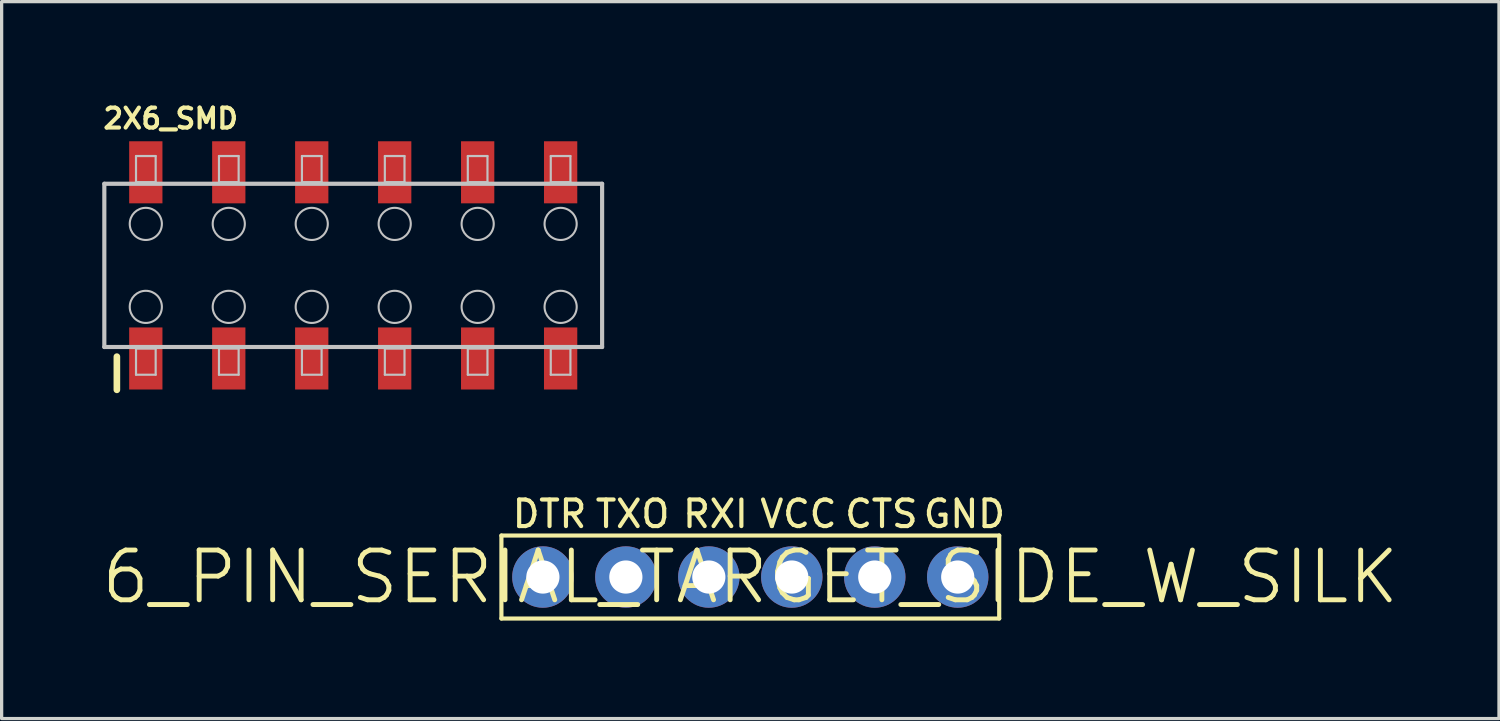
<source format=kicad_pcb>
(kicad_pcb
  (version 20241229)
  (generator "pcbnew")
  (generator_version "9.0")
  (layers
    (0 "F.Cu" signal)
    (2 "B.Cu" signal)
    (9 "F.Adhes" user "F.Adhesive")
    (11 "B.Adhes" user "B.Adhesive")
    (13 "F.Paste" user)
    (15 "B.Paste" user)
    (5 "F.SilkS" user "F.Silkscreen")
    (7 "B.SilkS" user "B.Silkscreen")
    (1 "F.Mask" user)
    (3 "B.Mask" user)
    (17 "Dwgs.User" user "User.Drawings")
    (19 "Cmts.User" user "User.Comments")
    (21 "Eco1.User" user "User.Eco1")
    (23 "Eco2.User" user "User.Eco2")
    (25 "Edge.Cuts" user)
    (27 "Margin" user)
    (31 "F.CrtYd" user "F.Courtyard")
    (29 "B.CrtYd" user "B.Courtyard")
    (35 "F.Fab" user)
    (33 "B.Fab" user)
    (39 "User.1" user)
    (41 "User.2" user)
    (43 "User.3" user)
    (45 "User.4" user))
  (footprint "6_PIN_SERIAL_TARGET_SIDE_W_SILK"
    (layer "F.Cu")
    (at 19.921 14.616)
    (property "Reference" "6_PIN_SERIAL_TARGET_SIDE_W_SILK" (at 0 0 0) (layer "F.SilkS") (effects (font (size 1.524 1.524) (thickness 0.15))))
    (attr exclude_from_pos_files exclude_from_bom)
    (fp_line (start -7.62 -1.27) (end 7.62 -1.27) (stroke (width 0.127) (type solid)) (layer "F.SilkS"))
    (fp_line (start -7.62 1.27) (end -7.62 -1.27) (stroke (width 0.127) (type solid)) (layer "F.SilkS"))
    (fp_line (start 7.62 -1.27) (end 7.62 1.27) (stroke (width 0.127) (type solid)) (layer "F.SilkS"))
    (fp_line (start 7.62 1.27) (end -7.62 1.27) (stroke (width 0.127) (type solid)) (layer "F.SilkS"))
    (fp_text user "VCC" (at 1.473 -1.93 0) (layer "F.SilkS") (effects (font (size 0.813 0.813) (thickness 0.127))))
    (fp_text user "GND" (at 6.553 -1.93 0) (layer "F.SilkS") (effects (font (size 0.813 0.813) (thickness 0.127))))
    (fp_text user "CTS" (at 4.013 -1.93 0) (layer "F.SilkS") (effects (font (size 0.813 0.813) (thickness 0.127))))
    (fp_text user "RXI" (at -1.067 -1.93 0) (layer "F.SilkS") (effects (font (size 0.813 0.813) (thickness 0.127))))
    (fp_text user "DTR" (at -6.147 -1.93 0) (layer "F.SilkS") (effects (font (size 0.813 0.813) (thickness 0.127))))
    (fp_text user "TXO" (at -3.604 -1.93 0) (layer "F.SilkS") (effects (font (size 0.813 0.813) (thickness 0.127))))
    (pad "P$1" thru_hole circle (at -6.35 0) (size 1.88 1.88) (drill 1.016) (layers "*.Cu" "*.Paste" "*.Mask"))
    (pad "P$2" thru_hole circle (at -3.81 0) (size 1.88 1.88) (drill 1.016) (layers "*.Cu" "*.Paste" "*.Mask"))
    (pad "P$3" thru_hole circle (at -1.27 0) (size 1.88 1.88) (drill 1.016) (layers "*.Cu" "*.Paste" "*.Mask"))
    (pad "P$4" thru_hole circle (at 1.27 0) (size 1.88 1.88) (drill 1.016) (layers "*.Cu" "*.Paste" "*.Mask"))
    (pad "P$5" thru_hole circle (at 3.81 0) (size 1.88 1.88) (drill 1.016) (layers "*.Cu" "*.Paste" "*.Mask"))
    (pad "P$6" thru_hole circle (at 6.35 0) (size 1.88 1.88) (drill 1.016) (layers "*.Cu" "*.Paste" "*.Mask")))
  (footprint "2X6_SMD"
    (layer "F.Cu")
    (at 7.764 5.075)
    (property "Reference" "2X6_SMD" (at -5.588 -4.496 0) (layer "F.SilkS") (effects (font (size 0.61 0.61) (thickness 0.127))))
    (attr smd)
    (fp_line (start -7.236 3.81) (end -7.236 2.794) (stroke (width 0.203) (type solid)) (layer "F.SilkS"))
    (fp_line (start -7.62 -2.499) (end 7.62 -2.499) (stroke (width 0.127) (type solid)) (layer "Dwgs.User"))
    (fp_line (start -7.62 2.499) (end -7.62 -2.499) (stroke (width 0.127) (type solid)) (layer "Dwgs.User"))
    (fp_line (start -6.65 -3.348) (end -6.048 -3.348) (stroke (width 0.066) (type solid)) (layer "Dwgs.User"))
    (fp_line (start -6.65 -2.548) (end -6.65 -3.348) (stroke (width 0.066) (type solid)) (layer "Dwgs.User"))
    (fp_line (start -6.65 -2.548) (end -6.048 -2.548) (stroke (width 0.066) (type solid)) (layer "Dwgs.User"))
    (fp_line (start -6.65 2.548) (end -6.048 2.548) (stroke (width 0.066) (type solid)) (layer "Dwgs.User"))
    (fp_line (start -6.65 3.348) (end -6.65 2.548) (stroke (width 0.066) (type solid)) (layer "Dwgs.User"))
    (fp_line (start -6.65 3.348) (end -6.048 3.348) (stroke (width 0.066) (type solid)) (layer "Dwgs.User"))
    (fp_line (start -6.048 -2.548) (end -6.048 -3.348) (stroke (width 0.066) (type solid)) (layer "Dwgs.User"))
    (fp_line (start -6.048 3.348) (end -6.048 2.548) (stroke (width 0.066) (type solid)) (layer "Dwgs.User"))
    (fp_line (start -4.11 -3.348) (end -3.508 -3.348) (stroke (width 0.066) (type solid)) (layer "Dwgs.User"))
    (fp_line (start -4.11 -2.548) (end -4.11 -3.348) (stroke (width 0.066) (type solid)) (layer "Dwgs.User"))
    (fp_line (start -4.11 -2.548) (end -3.508 -2.548) (stroke (width 0.066) (type solid)) (layer "Dwgs.User"))
    (fp_line (start -4.11 2.548) (end -3.508 2.548) (stroke (width 0.066) (type solid)) (layer "Dwgs.User"))
    (fp_line (start -4.11 3.348) (end -4.11 2.548) (stroke (width 0.066) (type solid)) (layer "Dwgs.User"))
    (fp_line (start -4.11 3.348) (end -3.508 3.348) (stroke (width 0.066) (type solid)) (layer "Dwgs.User"))
    (fp_line (start -3.508 -2.548) (end -3.508 -3.348) (stroke (width 0.066) (type solid)) (layer "Dwgs.User"))
    (fp_line (start -3.508 3.348) (end -3.508 2.548) (stroke (width 0.066) (type solid)) (layer "Dwgs.User"))
    (fp_line (start -1.57 -3.348) (end -0.968 -3.348) (stroke (width 0.066) (type solid)) (layer "Dwgs.User"))
    (fp_line (start -1.57 -2.548) (end -1.57 -3.348) (stroke (width 0.066) (type solid)) (layer "Dwgs.User"))
    (fp_line (start -1.57 -2.548) (end -0.968 -2.548) (stroke (width 0.066) (type solid)) (layer "Dwgs.User"))
    (fp_line (start -1.57 2.548) (end -0.968 2.548) (stroke (width 0.066) (type solid)) (layer "Dwgs.User"))
    (fp_line (start -1.57 3.348) (end -1.57 2.548) (stroke (width 0.066) (type solid)) (layer "Dwgs.User"))
    (fp_line (start -1.57 3.348) (end -0.968 3.348) (stroke (width 0.066) (type solid)) (layer "Dwgs.User"))
    (fp_line (start -0.968 -2.548) (end -0.968 -3.348) (stroke (width 0.066) (type solid)) (layer "Dwgs.User"))
    (fp_line (start -0.968 3.348) (end -0.968 2.548) (stroke (width 0.066) (type solid)) (layer "Dwgs.User"))
    (fp_line (start 0.968 -3.348) (end 1.57 -3.348) (stroke (width 0.066) (type solid)) (layer "Dwgs.User"))
    (fp_line (start 0.968 -2.548) (end 0.968 -3.348) (stroke (width 0.066) (type solid)) (layer "Dwgs.User"))
    (fp_line (start 0.968 -2.548) (end 1.57 -2.548) (stroke (width 0.066) (type solid)) (layer "Dwgs.User"))
    (fp_line (start 0.968 2.548) (end 1.57 2.548) (stroke (width 0.066) (type solid)) (layer "Dwgs.User"))
    (fp_line (start 0.968 3.348) (end 0.968 2.548) (stroke (width 0.066) (type solid)) (layer "Dwgs.User"))
    (fp_line (start 0.968 3.348) (end 1.57 3.348) (stroke (width 0.066) (type solid)) (layer "Dwgs.User"))
    (fp_line (start 1.57 -2.548) (end 1.57 -3.348) (stroke (width 0.066) (type solid)) (layer "Dwgs.User"))
    (fp_line (start 1.57 3.348) (end 1.57 2.548) (stroke (width 0.066) (type solid)) (layer "Dwgs.User"))
    (fp_line (start 3.508 -3.348) (end 4.11 -3.348) (stroke (width 0.066) (type solid)) (layer "Dwgs.User"))
    (fp_line (start 3.508 -2.548) (end 3.508 -3.348) (stroke (width 0.066) (type solid)) (layer "Dwgs.User"))
    (fp_line (start 3.508 -2.548) (end 4.11 -2.548) (stroke (width 0.066) (type solid)) (layer "Dwgs.User"))
    (fp_line (start 3.508 2.548) (end 4.11 2.548) (stroke (width 0.066) (type solid)) (layer "Dwgs.User"))
    (fp_line (start 3.508 3.348) (end 3.508 2.548) (stroke (width 0.066) (type solid)) (layer "Dwgs.User"))
    (fp_line (start 3.508 3.348) (end 4.11 3.348) (stroke (width 0.066) (type solid)) (layer "Dwgs.User"))
    (fp_line (start 4.11 -2.548) (end 4.11 -3.348) (stroke (width 0.066) (type solid)) (layer "Dwgs.User"))
    (fp_line (start 4.11 3.348) (end 4.11 2.548) (stroke (width 0.066) (type solid)) (layer "Dwgs.User"))
    (fp_line (start 6.048 -3.348) (end 6.65 -3.348) (stroke (width 0.066) (type solid)) (layer "Dwgs.User"))
    (fp_line (start 6.048 -2.548) (end 6.048 -3.348) (stroke (width 0.066) (type solid)) (layer "Dwgs.User"))
    (fp_line (start 6.048 -2.548) (end 6.65 -2.548) (stroke (width 0.066) (type solid)) (layer "Dwgs.User"))
    (fp_line (start 6.048 2.548) (end 6.65 2.548) (stroke (width 0.066) (type solid)) (layer "Dwgs.User"))
    (fp_line (start 6.048 3.348) (end 6.048 2.548) (stroke (width 0.066) (type solid)) (layer "Dwgs.User"))
    (fp_line (start 6.048 3.348) (end 6.65 3.348) (stroke (width 0.066) (type solid)) (layer "Dwgs.User"))
    (fp_line (start 6.65 -2.548) (end 6.65 -3.348) (stroke (width 0.066) (type solid)) (layer "Dwgs.User"))
    (fp_line (start 6.65 3.348) (end 6.65 2.548) (stroke (width 0.066) (type solid)) (layer "Dwgs.User"))
    (fp_line (start 7.62 -2.499) (end 7.62 2.499) (stroke (width 0.127) (type solid)) (layer "Dwgs.User"))
    (fp_line (start 7.62 2.499) (end -7.62 2.499) (stroke (width 0.127) (type solid)) (layer "Dwgs.User"))
    (fp_circle (center -6.35 -1.27) (end -6.698 -1.618) (stroke (width 0.064) (type solid)) (fill no) (layer "Dwgs.User"))
    (fp_circle (center -6.35 1.27) (end -6.698 1.618) (stroke (width 0.064) (type solid)) (fill no) (layer "Dwgs.User"))
    (fp_circle (center -3.81 -1.27) (end -4.158 -1.618) (stroke (width 0.064) (type solid)) (fill no) (layer "Dwgs.User"))
    (fp_circle (center -3.81 1.27) (end -4.158 1.618) (stroke (width 0.064) (type solid)) (fill no) (layer "Dwgs.User"))
    (fp_circle (center -1.27 -1.27) (end -1.618 -1.618) (stroke (width 0.064) (type solid)) (fill no) (layer "Dwgs.User"))
    (fp_circle (center -1.27 1.27) (end -1.618 1.618) (stroke (width 0.064) (type solid)) (fill no) (layer "Dwgs.User"))
    (fp_circle (center 1.27 -1.27) (end 1.618 -1.618) (stroke (width 0.064) (type solid)) (fill no) (layer "Dwgs.User"))
    (fp_circle (center 1.27 1.27) (end 1.618 1.618) (stroke (width 0.064) (type solid)) (fill no) (layer "Dwgs.User"))
    (fp_circle (center 3.81 -1.27) (end 4.158 -1.618) (stroke (width 0.064) (type solid)) (fill no) (layer "Dwgs.User"))
    (fp_circle (center 3.81 1.27) (end 4.158 1.618) (stroke (width 0.064) (type solid)) (fill no) (layer "Dwgs.User"))
    (fp_circle (center 6.35 -1.27) (end 6.698 -1.618) (stroke (width 0.064) (type solid)) (fill no) (layer "Dwgs.User"))
    (fp_circle (center 6.35 1.27) (end 6.698 1.618) (stroke (width 0.064) (type solid)) (fill no) (layer "Dwgs.User"))
    (pad "1" smd rect (at -6.35 2.85) (size 1.019 1.9) (layers "F.Cu" "F.Mask" "F.Paste"))
    (pad "2" smd rect (at -6.35 -2.85) (size 1.019 1.9) (layers "F.Cu" "F.Mask" "F.Paste"))
    (pad "3" smd rect (at -3.81 2.85) (size 1.019 1.9) (layers "F.Cu" "F.Mask" "F.Paste"))
    (pad "4" smd rect (at -3.81 -2.85) (size 1.019 1.9) (layers "F.Cu" "F.Mask" "F.Paste"))
    (pad "5" smd rect (at -1.27 2.85) (size 1.019 1.9) (layers "F.Cu" "F.Mask" "F.Paste"))
    (pad "6" smd rect (at -1.27 -2.85) (size 1.019 1.9) (layers "F.Cu" "F.Mask" "F.Paste"))
    (pad "7" smd rect (at 1.27 2.85) (size 1.019 1.9) (layers "F.Cu" "F.Mask" "F.Paste"))
    (pad "8" smd rect (at 1.27 -2.85) (size 1.019 1.9) (layers "F.Cu" "F.Mask" "F.Paste"))
    (pad "9" smd rect (at 3.81 2.85) (size 1.019 1.9) (layers "F.Cu" "F.Mask" "F.Paste"))
    (pad "10" smd rect (at 3.81 -2.85) (size 1.019 1.9) (layers "F.Cu" "F.Mask" "F.Paste"))
    (pad "11" smd rect (at 6.35 2.85) (size 1.019 1.9) (layers "F.Cu" "F.Mask" "F.Paste"))
    (pad "12" smd rect (at 6.35 -2.85) (size 1.019 1.9) (layers "F.Cu" "F.Mask" "F.Paste")))
  (gr_rect
    (start -3 -3)
    (end 42.842 18.949)
    (stroke (width 0.1) (type default))
    (fill no)
    (layer "Edge.Cuts")))
</source>
